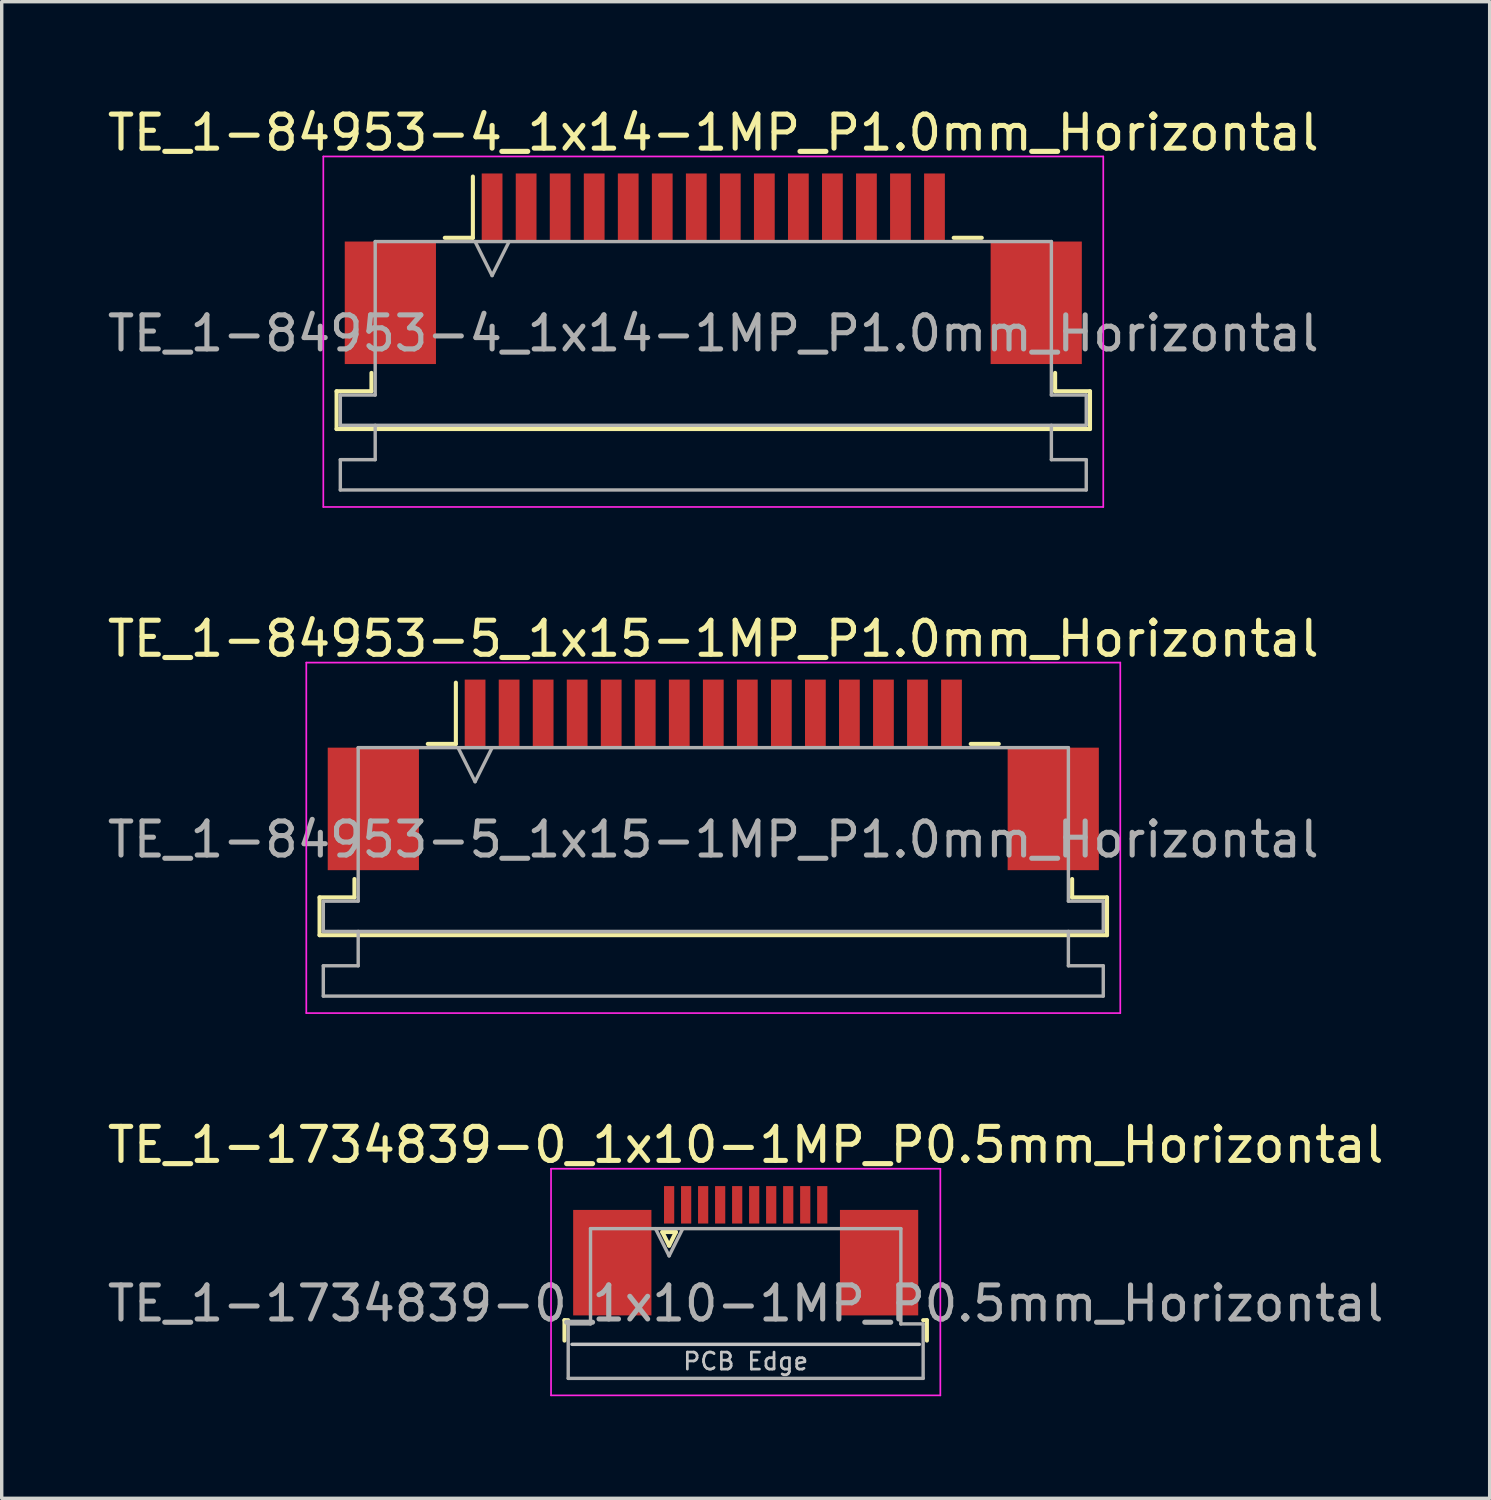
<source format=kicad_pcb>
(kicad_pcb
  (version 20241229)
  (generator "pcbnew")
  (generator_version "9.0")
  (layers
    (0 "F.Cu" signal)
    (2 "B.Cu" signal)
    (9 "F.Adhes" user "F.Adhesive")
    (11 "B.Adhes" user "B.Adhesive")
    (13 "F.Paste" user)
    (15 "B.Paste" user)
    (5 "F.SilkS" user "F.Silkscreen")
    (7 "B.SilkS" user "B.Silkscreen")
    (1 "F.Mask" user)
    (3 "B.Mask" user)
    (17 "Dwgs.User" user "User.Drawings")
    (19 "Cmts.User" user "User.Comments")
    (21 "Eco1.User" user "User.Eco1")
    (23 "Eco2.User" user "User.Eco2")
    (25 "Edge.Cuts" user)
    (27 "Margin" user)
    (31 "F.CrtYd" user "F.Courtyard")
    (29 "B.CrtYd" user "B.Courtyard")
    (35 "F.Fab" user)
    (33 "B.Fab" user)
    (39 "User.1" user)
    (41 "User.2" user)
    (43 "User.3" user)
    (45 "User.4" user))
  (footprint "TE_1-1734839-0_1x10-1MP_P0.5mm_Horizontal"
    (layer "F.Cu")
    (at 18.863 33.705)
    (property "Reference" "TE_1-1734839-0_1x10-1MP_P0.5mm_Horizontal" (at 0 -3.11 0) (layer "F.SilkS") (effects (font (size 1 1) (thickness 0.15))))
    (attr smd)
    (fp_line (start -5.325 2.04) (end -5.325 2.64) (stroke (width 0.12) (type solid)) (layer "F.SilkS"))
    (fp_line (start -5.215 2.04) (end -5.325 2.04) (stroke (width 0.12) (type solid)) (layer "F.SilkS"))
    (fp_line (start -2.45 -0.55) (end -2.25 -0.15) (stroke (width 0.12) (type solid)) (layer "F.SilkS"))
    (fp_line (start -2.25 -0.15) (end -2.05 -0.55) (stroke (width 0.12) (type solid)) (layer "F.SilkS"))
    (fp_line (start -2.05 -0.55) (end -2.45 -0.55) (stroke (width 0.12) (type solid)) (layer "F.SilkS"))
    (fp_line (start 5.215 2.04) (end 5.325 2.04) (stroke (width 0.12) (type solid)) (layer "F.SilkS"))
    (fp_line (start 5.325 2.04) (end 5.325 2.64) (stroke (width 0.12) (type solid)) (layer "F.SilkS"))
    (fp_line (start 5.105 2.75) (end -5.105 2.75) (stroke (width 0.1) (type solid)) (layer "Dwgs.User"))
    (fp_line (start -5.72 -2.41) (end -5.72 4.25) (stroke (width 0.05) (type solid)) (layer "F.CrtYd"))
    (fp_line (start -5.72 4.25) (end 5.72 4.25) (stroke (width 0.05) (type solid)) (layer "F.CrtYd"))
    (fp_line (start 5.72 -2.41) (end -5.72 -2.41) (stroke (width 0.05) (type solid)) (layer "F.CrtYd"))
    (fp_line (start 5.72 4.25) (end 5.72 -2.41) (stroke (width 0.05) (type solid)) (layer "F.CrtYd"))
    (fp_line (start -5.215 2.15) (end -4.56 2.15) (stroke (width 0.1) (type solid)) (layer "F.Fab"))
    (fp_line (start -5.215 3.75) (end -5.215 2.15) (stroke (width 0.1) (type solid)) (layer "F.Fab"))
    (fp_line (start -4.56 -0.65) (end 4.56 -0.65) (stroke (width 0.1) (type solid)) (layer "F.Fab"))
    (fp_line (start -4.56 2.15) (end -4.56 -0.65) (stroke (width 0.1) (type solid)) (layer "F.Fab"))
    (fp_line (start -2.65 -0.65) (end -2.25 0.15) (stroke (width 0.1) (type solid)) (layer "F.Fab"))
    (fp_line (start -2.25 0.15) (end -1.85 -0.65) (stroke (width 0.1) (type solid)) (layer "F.Fab"))
    (fp_line (start 4.56 -0.65) (end 4.56 2.15) (stroke (width 0.1) (type solid)) (layer "F.Fab"))
    (fp_line (start 4.56 2.15) (end 5.215 2.15) (stroke (width 0.1) (type solid)) (layer "F.Fab"))
    (fp_line (start 5.215 2.15) (end 5.215 3.75) (stroke (width 0.1) (type solid)) (layer "F.Fab"))
    (fp_line (start 5.215 3.75) (end -5.215 3.75) (stroke (width 0.1) (type solid)) (layer "F.Fab"))
    (fp_text user "PCB Edge" (at 0 3.25 0) (layer "Dwgs.User") (effects (font (size 0.5 0.5) (thickness 0.08))))
    (fp_text user "${REFERENCE}" (at 0 1.55 0) (layer "F.Fab") (effects (font (size 1 1) (thickness 0.15))))
    (pad "1" smd rect (at -2.25 -1.35) (size 0.3 1.1) (layers "F.Cu" "F.Mask" "F.Paste"))
    (pad "2" smd rect (at -1.75 -1.35) (size 0.3 1.1) (layers "F.Cu" "F.Mask" "F.Paste"))
    (pad "3" smd rect (at -1.25 -1.35) (size 0.3 1.1) (layers "F.Cu" "F.Mask" "F.Paste"))
    (pad "4" smd rect (at -0.75 -1.35) (size 0.3 1.1) (layers "F.Cu" "F.Mask" "F.Paste"))
    (pad "5" smd rect (at -0.25 -1.35) (size 0.3 1.1) (layers "F.Cu" "F.Mask" "F.Paste"))
    (pad "6" smd rect (at 0.25 -1.35) (size 0.3 1.1) (layers "F.Cu" "F.Mask" "F.Paste"))
    (pad "7" smd rect (at 0.75 -1.35) (size 0.3 1.1) (layers "F.Cu" "F.Mask" "F.Paste"))
    (pad "8" smd rect (at 1.25 -1.35) (size 0.3 1.1) (layers "F.Cu" "F.Mask" "F.Paste"))
    (pad "9" smd rect (at 1.75 -1.35) (size 0.3 1.1) (layers "F.Cu" "F.Mask" "F.Paste"))
    (pad "10" smd rect (at 2.25 -1.35) (size 0.3 1.1) (layers "F.Cu" "F.Mask" "F.Paste"))
    (pad "MP" smd rect (at -3.92 0.35) (size 2.3 3.1) (layers "F.Cu" "F.Mask" "F.Paste"))
    (pad "MP" smd rect (at 3.92 0.35) (size 2.3 3.1) (layers "F.Cu" "F.Mask" "F.Paste")))
  (footprint "TE_1-84953-5_1x15-1MP_P1.0mm_Horizontal"
    (layer "F.Cu")
    (at 17.911 19.721)
    (property "Reference" "TE_1-84953-5_1x15-1MP_P1.0mm_Horizontal" (at 0 -4 0) (layer "F.SilkS") (effects (font (size 1 1) (thickness 0.15))))
    (attr smd)
    (fp_line (start -11.57 3.6) (end -10.545 3.6) (stroke (width 0.12) (type solid)) (layer "F.SilkS"))
    (fp_line (start -11.57 4.71) (end -11.57 3.6) (stroke (width 0.12) (type solid)) (layer "F.SilkS"))
    (fp_line (start -10.545 3.6) (end -10.545 3.06) (stroke (width 0.12) (type solid)) (layer "F.SilkS"))
    (fp_line (start -8.39 -0.91) (end -7.565 -0.91) (stroke (width 0.12) (type solid)) (layer "F.SilkS"))
    (fp_line (start -7.565 -0.91) (end -7.565 -2.71) (stroke (width 0.12) (type solid)) (layer "F.SilkS"))
    (fp_line (start 7.565 -0.91) (end 8.39 -0.91) (stroke (width 0.12) (type solid)) (layer "F.SilkS"))
    (fp_line (start 10.545 3.06) (end 10.545 3.6) (stroke (width 0.12) (type solid)) (layer "F.SilkS"))
    (fp_line (start 10.545 3.6) (end 11.57 3.6) (stroke (width 0.12) (type solid)) (layer "F.SilkS"))
    (fp_line (start 11.57 3.6) (end 11.57 4.71) (stroke (width 0.12) (type solid)) (layer "F.SilkS"))
    (fp_line (start 11.57 4.71) (end -11.57 4.71) (stroke (width 0.12) (type solid)) (layer "F.SilkS"))
    (fp_line (start -11.96 -3.3) (end -11.96 7) (stroke (width 0.05) (type solid)) (layer "F.CrtYd"))
    (fp_line (start -11.96 7) (end 11.96 7) (stroke (width 0.05) (type solid)) (layer "F.CrtYd"))
    (fp_line (start 11.96 -3.3) (end -11.96 -3.3) (stroke (width 0.05) (type solid)) (layer "F.CrtYd"))
    (fp_line (start 11.96 7) (end 11.96 -3.3) (stroke (width 0.05) (type solid)) (layer "F.CrtYd"))
    (fp_line (start -11.46 3.71) (end -10.435 3.71) (stroke (width 0.1) (type solid)) (layer "F.Fab"))
    (fp_line (start -11.46 4.6) (end -11.46 3.71) (stroke (width 0.1) (type solid)) (layer "F.Fab"))
    (fp_line (start -11.46 5.61) (end -10.435 5.61) (stroke (width 0.1) (type solid)) (layer "F.Fab"))
    (fp_line (start -11.46 6.5) (end -11.46 5.61) (stroke (width 0.1) (type solid)) (layer "F.Fab"))
    (fp_line (start -10.435 -0.8) (end 10.435 -0.8) (stroke (width 0.1) (type solid)) (layer "F.Fab"))
    (fp_line (start -10.435 3.71) (end -10.435 -0.8) (stroke (width 0.1) (type solid)) (layer "F.Fab"))
    (fp_line (start -10.435 5.61) (end -10.435 4.6) (stroke (width 0.1) (type solid)) (layer "F.Fab"))
    (fp_line (start -7.5 -0.8) (end -7 0.2) (stroke (width 0.1) (type solid)) (layer "F.Fab"))
    (fp_line (start -7 0.2) (end -6.5 -0.8) (stroke (width 0.1) (type solid)) (layer "F.Fab"))
    (fp_line (start 10.435 -0.8) (end 10.435 3.71) (stroke (width 0.1) (type solid)) (layer "F.Fab"))
    (fp_line (start 10.435 3.71) (end 11.46 3.71) (stroke (width 0.1) (type solid)) (layer "F.Fab"))
    (fp_line (start 10.435 4.6) (end 10.435 5.61) (stroke (width 0.1) (type solid)) (layer "F.Fab"))
    (fp_line (start 10.435 5.61) (end 11.46 5.61) (stroke (width 0.1) (type solid)) (layer "F.Fab"))
    (fp_line (start 11.46 3.71) (end 11.46 4.6) (stroke (width 0.1) (type solid)) (layer "F.Fab"))
    (fp_line (start 11.46 4.6) (end -11.46 4.6) (stroke (width 0.1) (type solid)) (layer "F.Fab"))
    (fp_line (start 11.46 5.61) (end 11.46 6.5) (stroke (width 0.1) (type solid)) (layer "F.Fab"))
    (fp_line (start 11.46 6.5) (end -11.46 6.5) (stroke (width 0.1) (type solid)) (layer "F.Fab"))
    (fp_text user "${REFERENCE}" (at 0 1.9 0) (layer "F.Fab") (effects (font (size 1 1) (thickness 0.15))))
    (pad "1" smd rect (at -7 -1.8) (size 0.61 2) (layers "F.Cu" "F.Mask" "F.Paste"))
    (pad "2" smd rect (at -6 -1.8) (size 0.61 2) (layers "F.Cu" "F.Mask" "F.Paste"))
    (pad "3" smd rect (at -5 -1.8) (size 0.61 2) (layers "F.Cu" "F.Mask" "F.Paste"))
    (pad "4" smd rect (at -4 -1.8) (size 0.61 2) (layers "F.Cu" "F.Mask" "F.Paste"))
    (pad "5" smd rect (at -3 -1.8) (size 0.61 2) (layers "F.Cu" "F.Mask" "F.Paste"))
    (pad "6" smd rect (at -2 -1.8) (size 0.61 2) (layers "F.Cu" "F.Mask" "F.Paste"))
    (pad "7" smd rect (at -1 -1.8) (size 0.61 2) (layers "F.Cu" "F.Mask" "F.Paste"))
    (pad "8" smd rect (at 0 -1.8) (size 0.61 2) (layers "F.Cu" "F.Mask" "F.Paste"))
    (pad "9" smd rect (at 1 -1.8) (size 0.61 2) (layers "F.Cu" "F.Mask" "F.Paste"))
    (pad "10" smd rect (at 2 -1.8) (size 0.61 2) (layers "F.Cu" "F.Mask" "F.Paste"))
    (pad "11" smd rect (at 3 -1.8) (size 0.61 2) (layers "F.Cu" "F.Mask" "F.Paste"))
    (pad "12" smd rect (at 4 -1.8) (size 0.61 2) (layers "F.Cu" "F.Mask" "F.Paste"))
    (pad "13" smd rect (at 5 -1.8) (size 0.61 2) (layers "F.Cu" "F.Mask" "F.Paste"))
    (pad "14" smd rect (at 6 -1.8) (size 0.61 2) (layers "F.Cu" "F.Mask" "F.Paste"))
    (pad "15" smd rect (at 7 -1.8) (size 0.61 2) (layers "F.Cu" "F.Mask" "F.Paste"))
    (pad "MP" smd rect (at -9.99 1) (size 2.68 3.6) (layers "F.Cu" "F.Mask" "F.Paste"))
    (pad "MP" smd rect (at 9.99 1) (size 2.68 3.6) (layers "F.Cu" "F.Mask" "F.Paste")))
  (footprint "TE_1-84953-4_1x14-1MP_P1.0mm_Horizontal"
    (layer "F.Cu")
    (at 17.911 4.848)
    (property "Reference" "TE_1-84953-4_1x14-1MP_P1.0mm_Horizontal" (at 0 -4 0) (layer "F.SilkS") (effects (font (size 1 1) (thickness 0.15))))
    (attr smd)
    (fp_line (start -11.07 3.6) (end -10.045 3.6) (stroke (width 0.12) (type solid)) (layer "F.SilkS"))
    (fp_line (start -11.07 4.71) (end -11.07 3.6) (stroke (width 0.12) (type solid)) (layer "F.SilkS"))
    (fp_line (start -10.045 3.6) (end -10.045 3.06) (stroke (width 0.12) (type solid)) (layer "F.SilkS"))
    (fp_line (start -7.89 -0.91) (end -7.065 -0.91) (stroke (width 0.12) (type solid)) (layer "F.SilkS"))
    (fp_line (start -7.065 -0.91) (end -7.065 -2.71) (stroke (width 0.12) (type solid)) (layer "F.SilkS"))
    (fp_line (start 7.065 -0.91) (end 7.89 -0.91) (stroke (width 0.12) (type solid)) (layer "F.SilkS"))
    (fp_line (start 10.045 3.06) (end 10.045 3.6) (stroke (width 0.12) (type solid)) (layer "F.SilkS"))
    (fp_line (start 10.045 3.6) (end 11.07 3.6) (stroke (width 0.12) (type solid)) (layer "F.SilkS"))
    (fp_line (start 11.07 3.6) (end 11.07 4.71) (stroke (width 0.12) (type solid)) (layer "F.SilkS"))
    (fp_line (start 11.07 4.71) (end -11.07 4.71) (stroke (width 0.12) (type solid)) (layer "F.SilkS"))
    (fp_line (start -11.46 -3.3) (end -11.46 7) (stroke (width 0.05) (type solid)) (layer "F.CrtYd"))
    (fp_line (start -11.46 7) (end 11.46 7) (stroke (width 0.05) (type solid)) (layer "F.CrtYd"))
    (fp_line (start 11.46 -3.3) (end -11.46 -3.3) (stroke (width 0.05) (type solid)) (layer "F.CrtYd"))
    (fp_line (start 11.46 7) (end 11.46 -3.3) (stroke (width 0.05) (type solid)) (layer "F.CrtYd"))
    (fp_line (start -10.96 3.71) (end -9.935 3.71) (stroke (width 0.1) (type solid)) (layer "F.Fab"))
    (fp_line (start -10.96 4.6) (end -10.96 3.71) (stroke (width 0.1) (type solid)) (layer "F.Fab"))
    (fp_line (start -10.96 5.61) (end -9.935 5.61) (stroke (width 0.1) (type solid)) (layer "F.Fab"))
    (fp_line (start -10.96 6.5) (end -10.96 5.61) (stroke (width 0.1) (type solid)) (layer "F.Fab"))
    (fp_line (start -9.935 -0.8) (end 9.935 -0.8) (stroke (width 0.1) (type solid)) (layer "F.Fab"))
    (fp_line (start -9.935 3.71) (end -9.935 -0.8) (stroke (width 0.1) (type solid)) (layer "F.Fab"))
    (fp_line (start -9.935 5.61) (end -9.935 4.6) (stroke (width 0.1) (type solid)) (layer "F.Fab"))
    (fp_line (start -7 -0.8) (end -6.5 0.2) (stroke (width 0.1) (type solid)) (layer "F.Fab"))
    (fp_line (start -6.5 0.2) (end -6 -0.8) (stroke (width 0.1) (type solid)) (layer "F.Fab"))
    (fp_line (start 9.935 -0.8) (end 9.935 3.71) (stroke (width 0.1) (type solid)) (layer "F.Fab"))
    (fp_line (start 9.935 3.71) (end 10.96 3.71) (stroke (width 0.1) (type solid)) (layer "F.Fab"))
    (fp_line (start 9.935 4.6) (end 9.935 5.61) (stroke (width 0.1) (type solid)) (layer "F.Fab"))
    (fp_line (start 9.935 5.61) (end 10.96 5.61) (stroke (width 0.1) (type solid)) (layer "F.Fab"))
    (fp_line (start 10.96 3.71) (end 10.96 4.6) (stroke (width 0.1) (type solid)) (layer "F.Fab"))
    (fp_line (start 10.96 4.6) (end -10.96 4.6) (stroke (width 0.1) (type solid)) (layer "F.Fab"))
    (fp_line (start 10.96 5.61) (end 10.96 6.5) (stroke (width 0.1) (type solid)) (layer "F.Fab"))
    (fp_line (start 10.96 6.5) (end -10.96 6.5) (stroke (width 0.1) (type solid)) (layer "F.Fab"))
    (fp_text user "${REFERENCE}" (at 0 1.9 0) (layer "F.Fab") (effects (font (size 1 1) (thickness 0.15))))
    (pad "1" smd rect (at -6.5 -1.8) (size 0.61 2) (layers "F.Cu" "F.Mask" "F.Paste"))
    (pad "2" smd rect (at -5.5 -1.8) (size 0.61 2) (layers "F.Cu" "F.Mask" "F.Paste"))
    (pad "3" smd rect (at -4.5 -1.8) (size 0.61 2) (layers "F.Cu" "F.Mask" "F.Paste"))
    (pad "4" smd rect (at -3.5 -1.8) (size 0.61 2) (layers "F.Cu" "F.Mask" "F.Paste"))
    (pad "5" smd rect (at -2.5 -1.8) (size 0.61 2) (layers "F.Cu" "F.Mask" "F.Paste"))
    (pad "6" smd rect (at -1.5 -1.8) (size 0.61 2) (layers "F.Cu" "F.Mask" "F.Paste"))
    (pad "7" smd rect (at -0.5 -1.8) (size 0.61 2) (layers "F.Cu" "F.Mask" "F.Paste"))
    (pad "8" smd rect (at 0.5 -1.8) (size 0.61 2) (layers "F.Cu" "F.Mask" "F.Paste"))
    (pad "9" smd rect (at 1.5 -1.8) (size 0.61 2) (layers "F.Cu" "F.Mask" "F.Paste"))
    (pad "10" smd rect (at 2.5 -1.8) (size 0.61 2) (layers "F.Cu" "F.Mask" "F.Paste"))
    (pad "11" smd rect (at 3.5 -1.8) (size 0.61 2) (layers "F.Cu" "F.Mask" "F.Paste"))
    (pad "12" smd rect (at 4.5 -1.8) (size 0.61 2) (layers "F.Cu" "F.Mask" "F.Paste"))
    (pad "13" smd rect (at 5.5 -1.8) (size 0.61 2) (layers "F.Cu" "F.Mask" "F.Paste"))
    (pad "14" smd rect (at 6.5 -1.8) (size 0.61 2) (layers "F.Cu" "F.Mask" "F.Paste"))
    (pad "MP" smd rect (at -9.49 1) (size 2.68 3.6) (layers "F.Cu" "F.Mask" "F.Paste"))
    (pad "MP" smd rect (at 9.49 1) (size 2.68 3.6) (layers "F.Cu" "F.Mask" "F.Paste")))
  (gr_rect
    (start -3 -3)
    (end 40.726 40.98)
    (stroke (width 0.1) (type default))
    (fill no)
    (layer "Edge.Cuts")))
</source>
